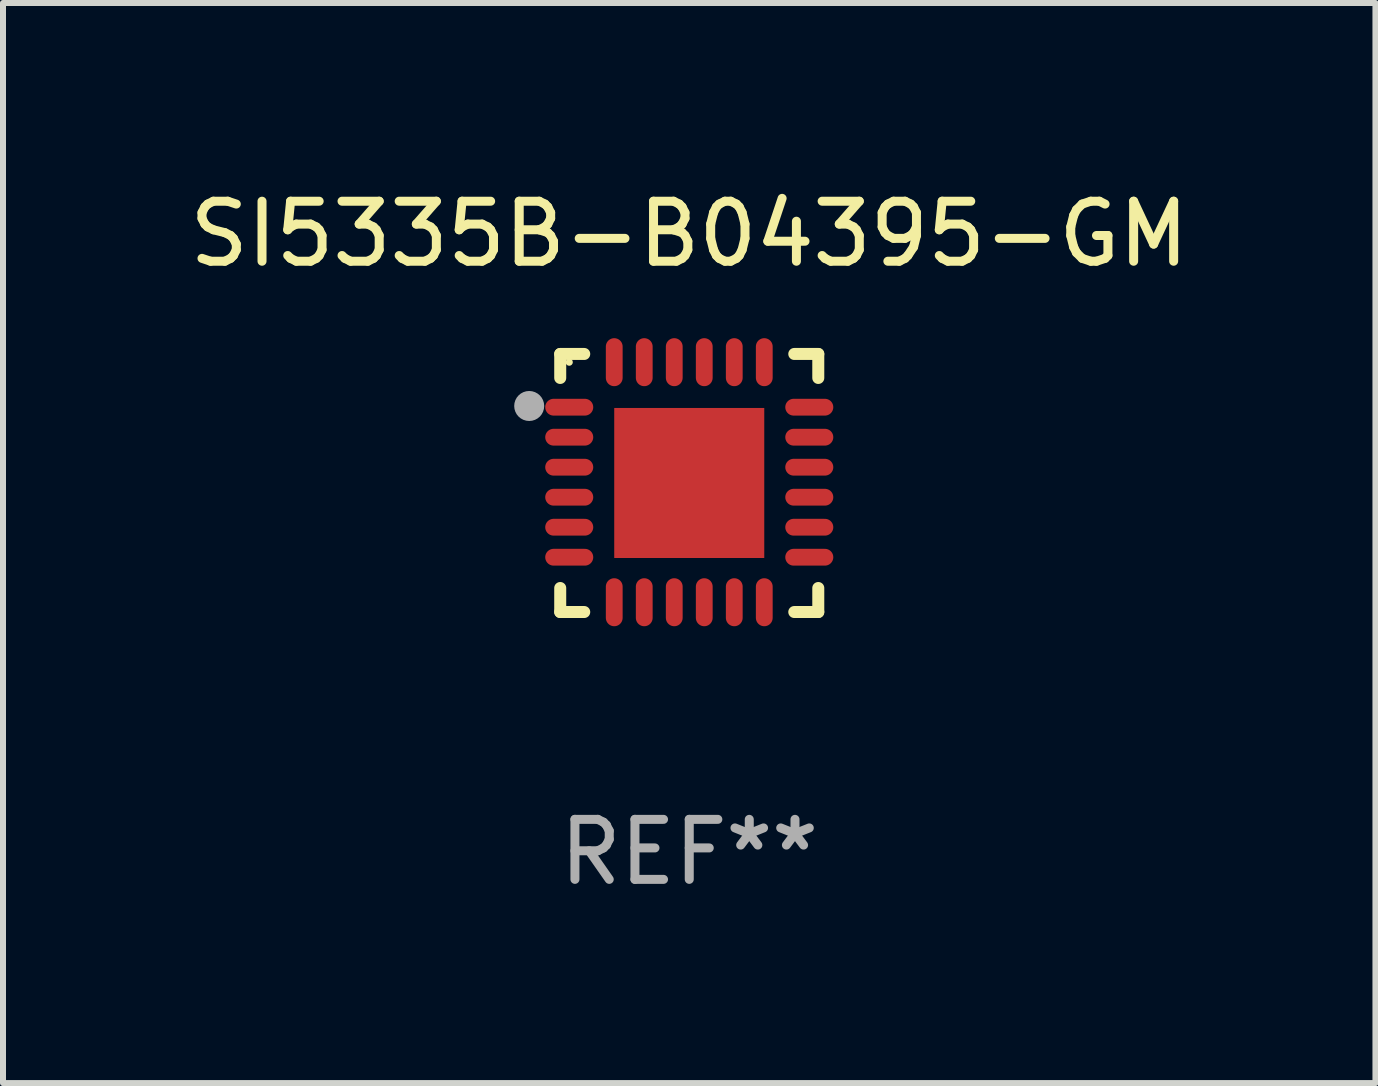
<source format=kicad_pcb>
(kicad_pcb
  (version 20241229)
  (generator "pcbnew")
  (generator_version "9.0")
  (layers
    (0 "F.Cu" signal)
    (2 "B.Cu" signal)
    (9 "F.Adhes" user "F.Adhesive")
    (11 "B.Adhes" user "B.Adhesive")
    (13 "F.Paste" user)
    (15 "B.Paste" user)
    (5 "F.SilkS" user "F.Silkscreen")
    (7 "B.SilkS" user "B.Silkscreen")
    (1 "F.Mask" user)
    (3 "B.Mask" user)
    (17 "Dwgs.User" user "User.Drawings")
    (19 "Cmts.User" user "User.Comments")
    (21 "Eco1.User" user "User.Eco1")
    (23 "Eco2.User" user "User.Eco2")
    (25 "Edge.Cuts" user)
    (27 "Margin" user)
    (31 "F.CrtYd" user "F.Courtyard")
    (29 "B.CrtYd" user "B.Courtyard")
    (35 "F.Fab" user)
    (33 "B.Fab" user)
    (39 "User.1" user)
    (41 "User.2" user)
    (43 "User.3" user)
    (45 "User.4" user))
  (footprint "SI5335B-B04395-GM"
    (layer "F.Cu")
    (at 8.435 4.998)
    (property "Reference" "SI5335B-B04395-GM" (at 0 -4.15 0) (layer "F.SilkS") (effects (font (size 1 1) (thickness 0.15))))
    (attr through_hole)
    (fp_line (start -2.15 -2.15) (end -1.75 -2.15) (stroke (width 0.2) (type solid)) (layer "F.SilkS"))
    (fp_line (start -2.15 -1.75) (end -2.15 -2.15) (stroke (width 0.2) (type solid)) (layer "F.SilkS"))
    (fp_line (start -2.15 2.15) (end -2.15 1.75) (stroke (width 0.2) (type solid)) (layer "F.SilkS"))
    (fp_line (start -1.75 2.15) (end -2.15 2.15) (stroke (width 0.2) (type solid)) (layer "F.SilkS"))
    (fp_line (start 1.75 -2.15) (end 2.15 -2.15) (stroke (width 0.2) (type solid)) (layer "F.SilkS"))
    (fp_line (start 1.75 2.15) (end 2.15 2.15) (stroke (width 0.2) (type solid)) (layer "F.SilkS"))
    (fp_line (start 2.15 -2.15) (end 2.15 -1.75) (stroke (width 0.2) (type solid)) (layer "F.SilkS"))
    (fp_line (start 2.15 2.15) (end 2.15 1.75) (stroke (width 0.2) (type solid)) (layer "F.SilkS"))
    (fp_circle (center -2 -2.013) (end -1.97 -2.013) (stroke (width 0.06) (type solid)) (fill no) (layer "F.SilkS"))
    (fp_circle (center -2.667 -1.283) (end -2.542 -1.283) (stroke (width 0.25) (type solid)) (fill no) (layer "F.Fab"))
    (fp_text user "REF**" (at 0 6.15 0) (layer "F.Fab") (effects (font (size 1 1) (thickness 0.15))))
    (pad "1" smd oval (at -2 -1.263) (size 0.8 0.28) (layers "F.Cu" "F.Mask" "F.Paste"))
    (pad "2" smd oval (at -2 -0.763) (size 0.8 0.28) (layers "F.Cu" "F.Mask" "F.Paste"))
    (pad "3" smd oval (at -2 -0.263) (size 0.8 0.28) (layers "F.Cu" "F.Mask" "F.Paste"))
    (pad "4" smd oval (at -2 0.237) (size 0.8 0.28) (layers "F.Cu" "F.Mask" "F.Paste"))
    (pad "5" smd oval (at -2 0.737) (size 0.8 0.28) (layers "F.Cu" "F.Mask" "F.Paste"))
    (pad "6" smd oval (at -2 1.237) (size 0.8 0.28) (layers "F.Cu" "F.Mask" "F.Paste"))
    (pad "7" smd oval (at -1.25 1.987) (size 0.28 0.8) (layers "F.Cu" "F.Mask" "F.Paste"))
    (pad "8" smd oval (at -0.75 1.987) (size 0.28 0.8) (layers "F.Cu" "F.Mask" "F.Paste"))
    (pad "9" smd oval (at -0.25 1.987) (size 0.28 0.8) (layers "F.Cu" "F.Mask" "F.Paste"))
    (pad "10" smd oval (at 0.25 1.987) (size 0.28 0.8) (layers "F.Cu" "F.Mask" "F.Paste"))
    (pad "11" smd oval (at 0.75 1.987) (size 0.28 0.8) (layers "F.Cu" "F.Mask" "F.Paste"))
    (pad "12" smd oval (at 1.25 1.987) (size 0.28 0.8) (layers "F.Cu" "F.Mask" "F.Paste"))
    (pad "13" smd oval (at 2 1.237) (size 0.8 0.28) (layers "F.Cu" "F.Mask" "F.Paste"))
    (pad "14" smd oval (at 2 0.737) (size 0.8 0.28) (layers "F.Cu" "F.Mask" "F.Paste"))
    (pad "15" smd oval (at 2 0.237) (size 0.8 0.28) (layers "F.Cu" "F.Mask" "F.Paste"))
    (pad "16" smd oval (at 2 -0.263) (size 0.8 0.28) (layers "F.Cu" "F.Mask" "F.Paste"))
    (pad "17" smd oval (at 2 -0.763) (size 0.8 0.28) (layers "F.Cu" "F.Mask" "F.Paste"))
    (pad "18" smd oval (at 2 -1.263) (size 0.8 0.28) (layers "F.Cu" "F.Mask" "F.Paste"))
    (pad "19" smd oval (at 1.25 -2.013) (size 0.28 0.8) (layers "F.Cu" "F.Mask" "F.Paste"))
    (pad "20" smd oval (at 0.75 -2.013) (size 0.28 0.8) (layers "F.Cu" "F.Mask" "F.Paste"))
    (pad "21" smd oval (at 0.25 -2.013) (size 0.28 0.8) (layers "F.Cu" "F.Mask" "F.Paste"))
    (pad "22" smd oval (at -0.25 -2.013) (size 0.28 0.8) (layers "F.Cu" "F.Mask" "F.Paste"))
    (pad "23" smd oval (at -0.75 -2.013) (size 0.28 0.8) (layers "F.Cu" "F.Mask" "F.Paste"))
    (pad "24" smd oval (at -1.25 -2.013) (size 0.28 0.8) (layers "F.Cu" "F.Mask" "F.Paste"))
    (pad "25" smd rect (at -0.000127 -0.00014) (size 2.5 2.5) (layers "F.Cu" "F.Mask" "F.Paste")))
  (gr_rect
    (start -3 -3)
    (end 19.869 14.997)
    (stroke (width 0.1) (type default))
    (fill no)
    (layer "Edge.Cuts")))
</source>
